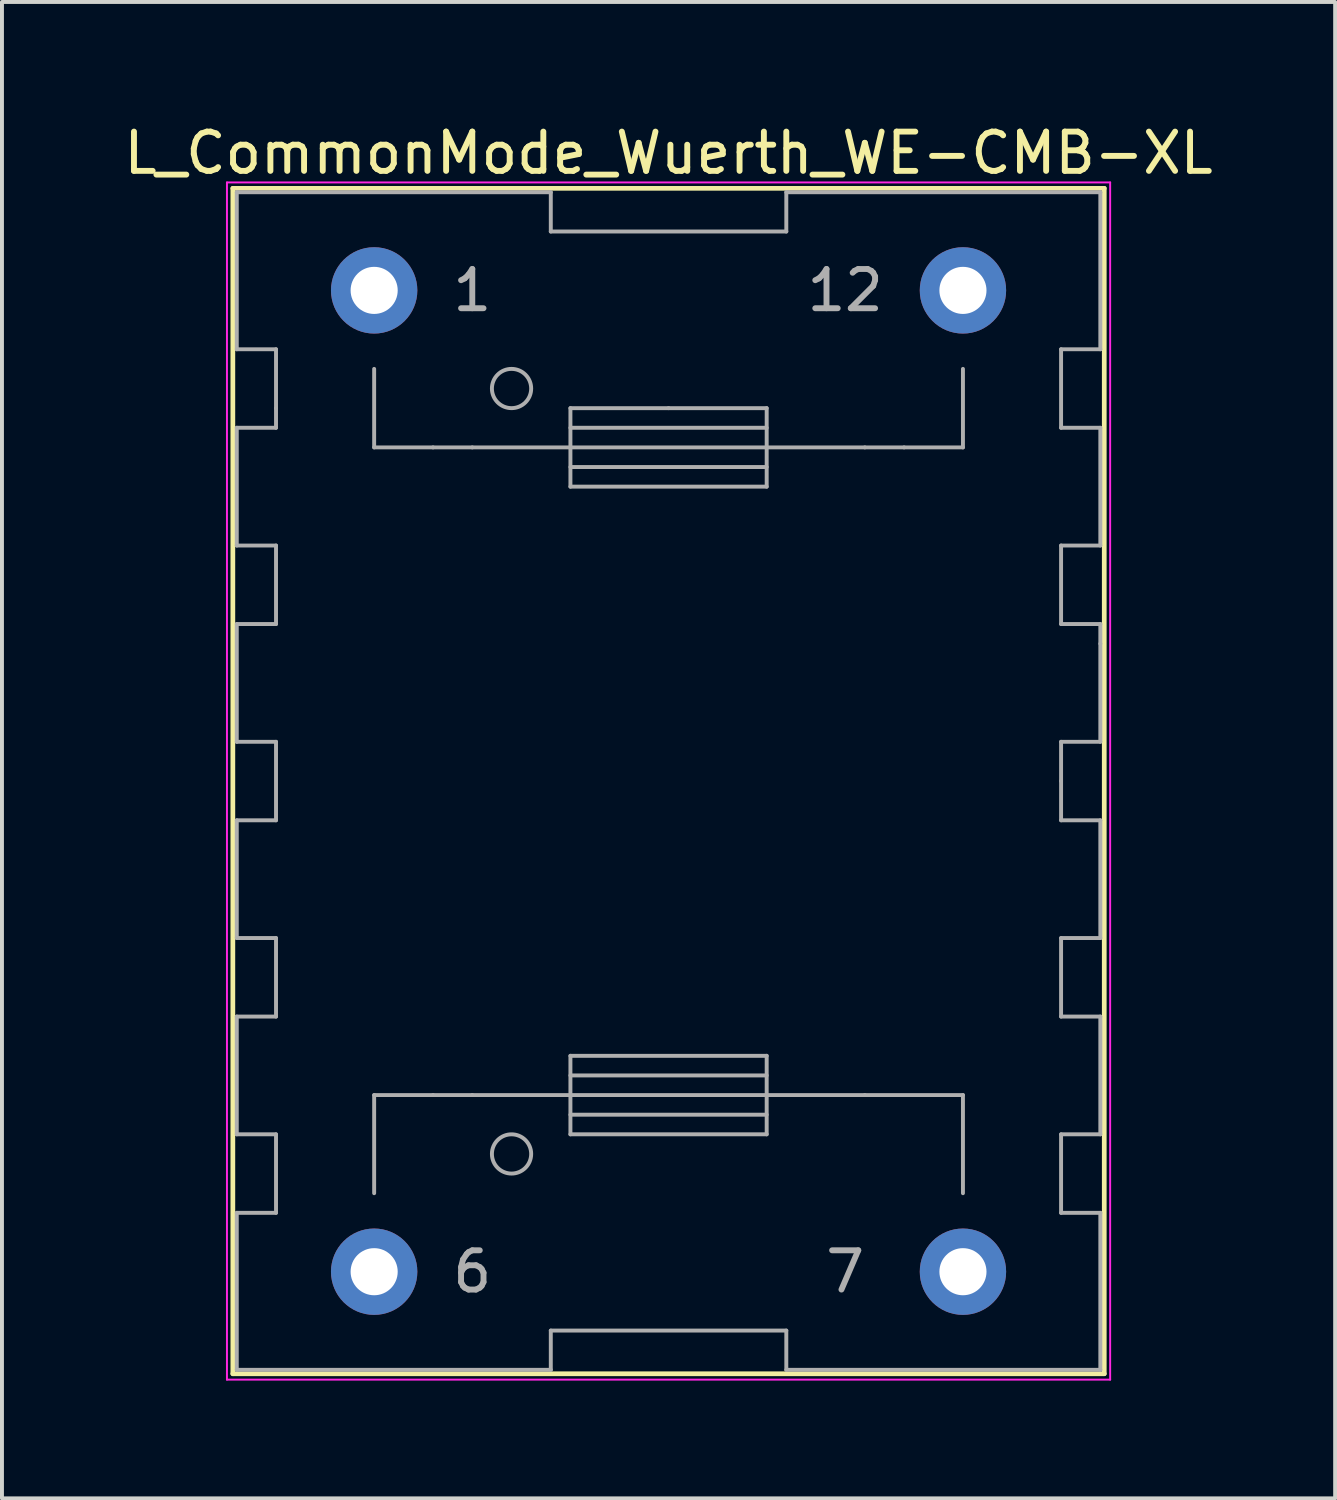
<source format=kicad_pcb>
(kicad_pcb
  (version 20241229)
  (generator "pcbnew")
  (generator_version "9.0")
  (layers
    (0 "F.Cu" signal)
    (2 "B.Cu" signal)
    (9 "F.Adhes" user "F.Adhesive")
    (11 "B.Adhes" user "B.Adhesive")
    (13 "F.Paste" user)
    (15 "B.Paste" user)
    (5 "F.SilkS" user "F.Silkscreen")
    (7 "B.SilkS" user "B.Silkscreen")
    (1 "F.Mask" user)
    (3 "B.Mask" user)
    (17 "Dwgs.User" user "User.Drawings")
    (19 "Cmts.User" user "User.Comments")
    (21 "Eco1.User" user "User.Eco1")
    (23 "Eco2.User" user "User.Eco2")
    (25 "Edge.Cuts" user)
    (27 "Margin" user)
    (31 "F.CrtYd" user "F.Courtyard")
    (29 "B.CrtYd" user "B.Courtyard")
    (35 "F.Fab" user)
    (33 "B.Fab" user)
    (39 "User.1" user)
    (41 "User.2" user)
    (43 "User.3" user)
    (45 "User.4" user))
  (footprint "L_CommonMode_Wuerth_WE-CMB-XL"
    (layer "F.Cu")
    (at 6.482 4.348)
    (property "Reference" "L_CommonMode_Wuerth_WE-CMB-XL" (at 7.5 -3.5 0) (layer "F.SilkS") (effects (font (size 1 1) (thickness 0.15))))
    (attr through_hole)
    (fp_line (start -3.6 -2.6) (end -3.6 27.6) (stroke (width 0.12) (type solid)) (layer "F.SilkS"))
    (fp_line (start -3.6 27.6) (end 18.6 27.6) (stroke (width 0.12) (type solid)) (layer "F.SilkS"))
    (fp_line (start 18.6 -2.6) (end -3.6 -2.6) (stroke (width 0.12) (type solid)) (layer "F.SilkS"))
    (fp_line (start 18.6 27.6) (end 18.6 -2.6) (stroke (width 0.12) (type solid)) (layer "F.SilkS"))
    (fp_line (start -3.75 -2.75) (end 18.75 -2.75) (stroke (width 0.05) (type solid)) (layer "F.CrtYd"))
    (fp_line (start -3.75 27.75) (end -3.75 -2.75) (stroke (width 0.05) (type solid)) (layer "F.CrtYd"))
    (fp_line (start 18.75 -2.75) (end 18.75 27.75) (stroke (width 0.05) (type solid)) (layer "F.CrtYd"))
    (fp_line (start 18.75 27.75) (end -3.75 27.75) (stroke (width 0.05) (type solid)) (layer "F.CrtYd"))
    (fp_line (start -3.5 -2.5) (end -3.5 1.5) (stroke (width 0.1) (type solid)) (layer "F.Fab"))
    (fp_line (start -3.5 1.5) (end -2.5 1.5) (stroke (width 0.1) (type solid)) (layer "F.Fab"))
    (fp_line (start -3.5 3.5) (end -3.5 6.5) (stroke (width 0.1) (type solid)) (layer "F.Fab"))
    (fp_line (start -3.5 6.5) (end -2.5 6.5) (stroke (width 0.1) (type solid)) (layer "F.Fab"))
    (fp_line (start -3.5 8.5) (end -3.5 11.5) (stroke (width 0.1) (type solid)) (layer "F.Fab"))
    (fp_line (start -3.5 11.5) (end -2.5 11.5) (stroke (width 0.1) (type solid)) (layer "F.Fab"))
    (fp_line (start -3.5 13.5) (end -3.5 16.5) (stroke (width 0.1) (type solid)) (layer "F.Fab"))
    (fp_line (start -3.5 16.5) (end -2.5 16.5) (stroke (width 0.1) (type solid)) (layer "F.Fab"))
    (fp_line (start -3.5 18.5) (end -3.5 21.5) (stroke (width 0.1) (type solid)) (layer "F.Fab"))
    (fp_line (start -3.5 21.5) (end -2.5 21.5) (stroke (width 0.1) (type solid)) (layer "F.Fab"))
    (fp_line (start -3.5 23.5) (end -3.5 27.5) (stroke (width 0.1) (type solid)) (layer "F.Fab"))
    (fp_line (start -2.5 1.5) (end -2.5 3) (stroke (width 0.1) (type solid)) (layer "F.Fab"))
    (fp_line (start -2.5 3) (end -2.5 3.5) (stroke (width 0.1) (type solid)) (layer "F.Fab"))
    (fp_line (start -2.5 3.5) (end -3.5 3.5) (stroke (width 0.1) (type solid)) (layer "F.Fab"))
    (fp_line (start -2.5 6.5) (end -2.5 8.5) (stroke (width 0.1) (type solid)) (layer "F.Fab"))
    (fp_line (start -2.5 8.5) (end -3.5 8.5) (stroke (width 0.1) (type solid)) (layer "F.Fab"))
    (fp_line (start -2.5 11.5) (end -2.5 13.5) (stroke (width 0.1) (type solid)) (layer "F.Fab"))
    (fp_line (start -2.5 13.5) (end -3.5 13.5) (stroke (width 0.1) (type solid)) (layer "F.Fab"))
    (fp_line (start -2.5 16.5) (end -2.5 18.5) (stroke (width 0.1) (type solid)) (layer "F.Fab"))
    (fp_line (start -2.5 18.5) (end -3.5 18.5) (stroke (width 0.1) (type solid)) (layer "F.Fab"))
    (fp_line (start -2.5 21.5) (end -2.5 23.5) (stroke (width 0.1) (type solid)) (layer "F.Fab"))
    (fp_line (start -2.5 23.5) (end -3.5 23.5) (stroke (width 0.1) (type solid)) (layer "F.Fab"))
    (fp_line (start 0 4) (end 0 2) (stroke (width 0.1) (type solid)) (layer "F.Fab"))
    (fp_line (start 0 20.5) (end 0 23) (stroke (width 0.1) (type solid)) (layer "F.Fab"))
    (fp_line (start 1.5 4) (end 0 4) (stroke (width 0.1) (type solid)) (layer "F.Fab"))
    (fp_line (start 1.5 20.5) (end 0 20.5) (stroke (width 0.1) (type solid)) (layer "F.Fab"))
    (fp_line (start 2.5 4) (end 1.5 4) (stroke (width 0.1) (type solid)) (layer "F.Fab"))
    (fp_line (start 2.5 20.5) (end 1.5 20.5) (stroke (width 0.1) (type solid)) (layer "F.Fab"))
    (fp_line (start 2.5 20.5) (end 5 20.5) (stroke (width 0.1) (type solid)) (layer "F.Fab"))
    (fp_line (start 4.5 -2.5) (end -3.5 -2.5) (stroke (width 0.1) (type solid)) (layer "F.Fab"))
    (fp_line (start 4.5 -1.5) (end 4.5 -2.5) (stroke (width 0.1) (type solid)) (layer "F.Fab"))
    (fp_line (start 4.5 26.5) (end 4.5 27.5) (stroke (width 0.1) (type solid)) (layer "F.Fab"))
    (fp_line (start 4.5 27.5) (end -3.5 27.5) (stroke (width 0.1) (type solid)) (layer "F.Fab"))
    (fp_line (start 5 3) (end 7.5 3) (stroke (width 0.1) (type solid)) (layer "F.Fab"))
    (fp_line (start 5 4) (end 2.5 4) (stroke (width 0.1) (type solid)) (layer "F.Fab"))
    (fp_line (start 5 4) (end 10 4) (stroke (width 0.1) (type solid)) (layer "F.Fab"))
    (fp_line (start 5 4.5) (end 10 4.5) (stroke (width 0.1) (type solid)) (layer "F.Fab"))
    (fp_line (start 5 5) (end 5 3) (stroke (width 0.1) (type solid)) (layer "F.Fab"))
    (fp_line (start 5 19.5) (end 10 19.5) (stroke (width 0.1) (type solid)) (layer "F.Fab"))
    (fp_line (start 5 21) (end 10 21) (stroke (width 0.1) (type solid)) (layer "F.Fab"))
    (fp_line (start 5 21.5) (end 5 19.5) (stroke (width 0.1) (type solid)) (layer "F.Fab"))
    (fp_line (start 7.5 3) (end 10 3) (stroke (width 0.1) (type solid)) (layer "F.Fab"))
    (fp_line (start 10 3) (end 10 5) (stroke (width 0.1) (type solid)) (layer "F.Fab"))
    (fp_line (start 10 3.5) (end 5 3.5) (stroke (width 0.1) (type solid)) (layer "F.Fab"))
    (fp_line (start 10 4) (end 12.5 4) (stroke (width 0.1) (type solid)) (layer "F.Fab"))
    (fp_line (start 10 5) (end 5 5) (stroke (width 0.1) (type solid)) (layer "F.Fab"))
    (fp_line (start 10 19.5) (end 10 21.5) (stroke (width 0.1) (type solid)) (layer "F.Fab"))
    (fp_line (start 10 20) (end 5 20) (stroke (width 0.1) (type solid)) (layer "F.Fab"))
    (fp_line (start 10 20.5) (end 5 20.5) (stroke (width 0.1) (type solid)) (layer "F.Fab"))
    (fp_line (start 10 21.5) (end 5 21.5) (stroke (width 0.1) (type solid)) (layer "F.Fab"))
    (fp_line (start 10.5 -2.5) (end 10.5 -1.5) (stroke (width 0.1) (type solid)) (layer "F.Fab"))
    (fp_line (start 10.5 -1.5) (end 4.5 -1.5) (stroke (width 0.1) (type solid)) (layer "F.Fab"))
    (fp_line (start 10.5 26.5) (end 4.5 26.5) (stroke (width 0.1) (type solid)) (layer "F.Fab"))
    (fp_line (start 10.5 27.5) (end 10.5 26.5) (stroke (width 0.1) (type solid)) (layer "F.Fab"))
    (fp_line (start 12.5 4) (end 13.5 4) (stroke (width 0.1) (type solid)) (layer "F.Fab"))
    (fp_line (start 12.5 20.5) (end 10 20.5) (stroke (width 0.1) (type solid)) (layer "F.Fab"))
    (fp_line (start 12.5 20.5) (end 15 20.5) (stroke (width 0.1) (type solid)) (layer "F.Fab"))
    (fp_line (start 13.5 4) (end 15 4) (stroke (width 0.1) (type solid)) (layer "F.Fab"))
    (fp_line (start 15 4) (end 15 2) (stroke (width 0.1) (type solid)) (layer "F.Fab"))
    (fp_line (start 15 20.5) (end 15 23) (stroke (width 0.1) (type solid)) (layer "F.Fab"))
    (fp_line (start 17.5 1.5) (end 18.5 1.5) (stroke (width 0.1) (type solid)) (layer "F.Fab"))
    (fp_line (start 17.5 3.5) (end 17.5 1.5) (stroke (width 0.1) (type solid)) (layer "F.Fab"))
    (fp_line (start 17.5 6.5) (end 18.5 6.5) (stroke (width 0.1) (type solid)) (layer "F.Fab"))
    (fp_line (start 17.5 8.5) (end 17.5 6.5) (stroke (width 0.1) (type solid)) (layer "F.Fab"))
    (fp_line (start 17.5 11.5) (end 18.5 11.5) (stroke (width 0.1) (type solid)) (layer "F.Fab"))
    (fp_line (start 17.5 12.5) (end 17.5 11.5) (stroke (width 0.1) (type solid)) (layer "F.Fab"))
    (fp_line (start 17.5 12.5) (end 17.5 13.5) (stroke (width 0.1) (type solid)) (layer "F.Fab"))
    (fp_line (start 17.5 13.5) (end 18.5 13.5) (stroke (width 0.1) (type solid)) (layer "F.Fab"))
    (fp_line (start 17.5 16.5) (end 17.5 18.5) (stroke (width 0.1) (type solid)) (layer "F.Fab"))
    (fp_line (start 17.5 18.5) (end 18.5 18.5) (stroke (width 0.1) (type solid)) (layer "F.Fab"))
    (fp_line (start 17.5 21.5) (end 17.5 23.5) (stroke (width 0.1) (type solid)) (layer "F.Fab"))
    (fp_line (start 17.5 23.5) (end 18.5 23.5) (stroke (width 0.1) (type solid)) (layer "F.Fab"))
    (fp_line (start 18.5 -2.5) (end 10.5 -2.5) (stroke (width 0.1) (type solid)) (layer "F.Fab"))
    (fp_line (start 18.5 1.5) (end 18.5 -2.5) (stroke (width 0.1) (type solid)) (layer "F.Fab"))
    (fp_line (start 18.5 3.5) (end 17.5 3.5) (stroke (width 0.1) (type solid)) (layer "F.Fab"))
    (fp_line (start 18.5 6.5) (end 18.5 3.5) (stroke (width 0.1) (type solid)) (layer "F.Fab"))
    (fp_line (start 18.5 8.5) (end 17.5 8.5) (stroke (width 0.1) (type solid)) (layer "F.Fab"))
    (fp_line (start 18.5 9) (end 18.5 8.5) (stroke (width 0.1) (type solid)) (layer "F.Fab"))
    (fp_line (start 18.5 11.5) (end 18.5 9) (stroke (width 0.1) (type solid)) (layer "F.Fab"))
    (fp_line (start 18.5 13.5) (end 18.5 16.5) (stroke (width 0.1) (type solid)) (layer "F.Fab"))
    (fp_line (start 18.5 16.5) (end 17.5 16.5) (stroke (width 0.1) (type solid)) (layer "F.Fab"))
    (fp_line (start 18.5 18.5) (end 18.5 21.5) (stroke (width 0.1) (type solid)) (layer "F.Fab"))
    (fp_line (start 18.5 21.5) (end 17.5 21.5) (stroke (width 0.1) (type solid)) (layer "F.Fab"))
    (fp_line (start 18.5 23.5) (end 18.5 27.5) (stroke (width 0.1) (type solid)) (layer "F.Fab"))
    (fp_line (start 18.5 27.5) (end 10.5 27.5) (stroke (width 0.1) (type solid)) (layer "F.Fab"))
    (fp_circle (center 3.5 2.5) (end 4 2.5) (stroke (width 0.1) (type solid)) (fill no) (layer "F.Fab"))
    (fp_circle (center 3.5 22) (end 4 22) (stroke (width 0.1) (type solid)) (fill no) (layer "F.Fab"))
    (fp_text user "6" (at 2.5 25 0) (layer "F.Fab") (effects (font (size 1 1) (thickness 0.15))))
    (fp_text user "1" (at 2.5 0 0) (layer "F.Fab") (effects (font (size 1 1) (thickness 0.15))))
    (fp_text user "7" (at 12 25 0) (layer "F.Fab") (effects (font (size 1 1) (thickness 0.15))))
    (fp_text user "12" (at 12 0 0) (layer "F.Fab") (effects (font (size 1 1) (thickness 0.15))))
    (pad "1" thru_hole circle (at 0 0) (size 2.2 2.2) (drill 1.2) (layers "*.Cu" "*.Mask"))
    (pad "6" thru_hole circle (at 0 25) (size 2.2 2.2) (drill 1.2) (layers "*.Cu" "*.Mask"))
    (pad "7" thru_hole circle (at 15 25) (size 2.2 2.2) (drill 1.2) (layers "*.Cu" "*.Mask"))
    (pad "12" thru_hole circle (at 15 0) (size 2.2 2.2) (drill 1.2) (layers "*.Cu" "*.Mask")))
  (gr_rect
    (start -3 -3)
    (end 30.964 35.123)
    (stroke (width 0.1) (type default))
    (fill no)
    (layer "Edge.Cuts")))
</source>
